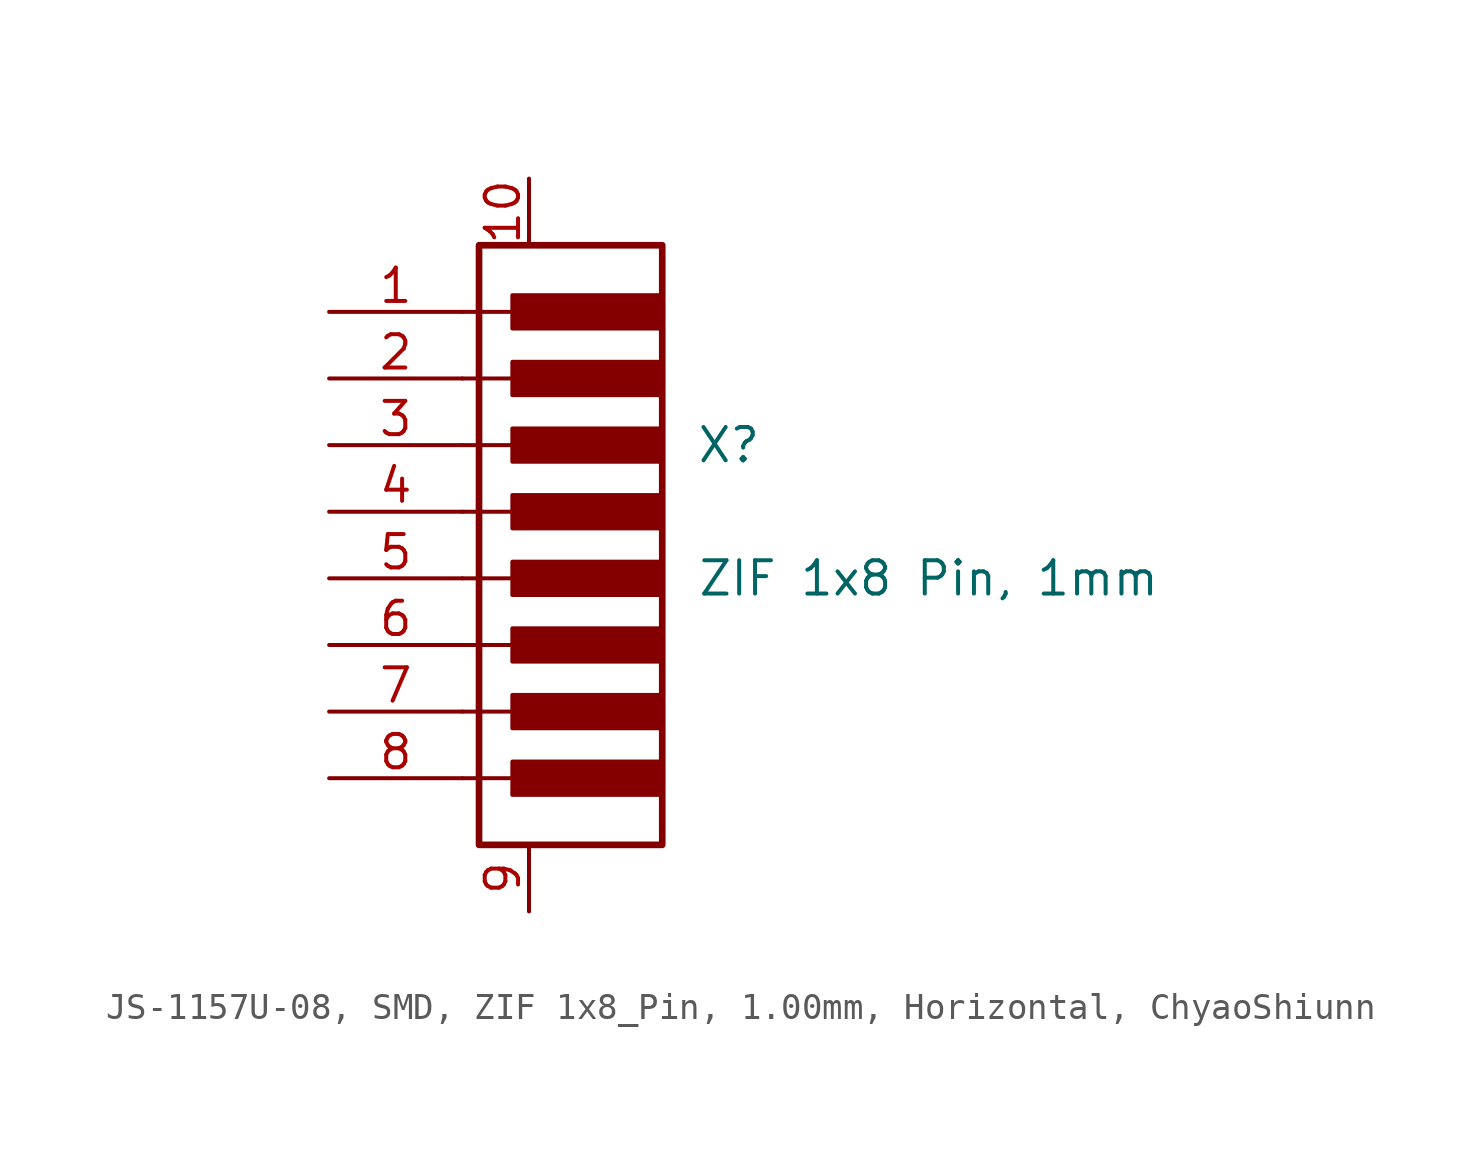
<source format=kicad_sym>
(kicad_symbol_lib
  (version 20241209)
  (generator "kicad_symbol_editor")
  (generator_version "9.0")
  (symbol "JS-1157U-08, SMD, ZIF 1x8_Pin, 1.00mm, Horizontal, ChyaoShiunn"
    (pin_names
      (offset 1.016)
      (hide yes))
    (property "Reference" "X"
      (at 7.62 2.54 0)
      (effects (font (size 1.27 1.27))))
    (property "Value" "ZIF 1x8 Pin, 1mm"
      (at 15.24 -2.54 0)
      (effects (font (size 1.27 1.27))))
    (symbol "JS-1157U-08, SMD, ZIF 1x8_Pin, 1.00mm, Horizontal, ChyaoShiunn_1_0"
      (polyline (pts (xy -2.54 7.62) (xy 0 7.62)) (stroke (width 0) (type default)) (fill (type none)))
      (polyline (pts (xy -2.54 5.08) (xy 0 5.08)) (stroke (width 0) (type default)) (fill (type none)))
      (polyline (pts (xy -2.54 2.54) (xy 0 2.54)) (stroke (width 0) (type default)) (fill (type none)))
      (polyline (pts (xy -2.54 0) (xy 0 0)) (stroke (width 0) (type default)) (fill (type none)))
      (polyline (pts (xy -2.54 -2.54) (xy 0 -2.54)) (stroke (width 0) (type default)) (fill (type none)))
      (polyline (pts (xy -2.54 -5.08) (xy 0 -5.08)) (stroke (width 0) (type default)) (fill (type none)))
      (polyline (pts (xy -2.54 -7.62) (xy 0 -7.62)) (stroke (width 0) (type default)) (fill (type none)))
      (polyline (pts (xy -2.54 -10.16) (xy 0 -10.16)) (stroke (width 0) (type default)) (fill (type none))))
    (symbol "JS-1157U-08, SMD, ZIF 1x8_Pin, 1.00mm, Horizontal, ChyaoShiunn_1_1"
      (rectangle (start -1.905 10.16) (end 5.08 -12.7) (stroke (width 0.254) (type default)) (fill (type none)))
      (rectangle (start -0.635 8.255) (end 5.08 6.985) (stroke (width 0) (type default)) (fill (type outline)))
      (rectangle (start -0.635 5.715) (end 5.08 4.445) (stroke (width 0) (type default)) (fill (type outline)))
      (rectangle (start -0.635 3.175) (end 5.08 1.905) (stroke (width 0) (type default)) (fill (type outline)))
      (rectangle (start -0.635 0.635) (end 5.08 -0.635) (stroke (width 0) (type default)) (fill (type outline)))
      (rectangle (start -0.635 -1.905) (end 5.08 -3.175) (stroke (width 0) (type default)) (fill (type outline)))
      (rectangle (start -0.635 -4.445) (end 5.08 -5.715) (stroke (width 0) (type default)) (fill (type outline)))
      (rectangle (start -0.635 -6.985) (end 5.08 -8.255) (stroke (width 0) (type default)) (fill (type outline)))
      (rectangle (start -0.635 -9.525) (end 5.08 -10.795) (stroke (width 0) (type default)) (fill (type outline)))
      (pin passive line (at -7.62 7.62 0) (length 5.08) (name "1" (effects (font (size 1.27 1.27)))) (number "1" (effects (font (size 1.27 1.27)))))
      (pin passive line (at -7.62 5.08 0) (length 5.08) (name "2" (effects (font (size 1.27 1.27)))) (number "2" (effects (font (size 1.27 1.27)))))
      (pin passive line (at -7.62 2.54 0) (length 5.08) (name "3" (effects (font (size 1.27 1.27)))) (number "3" (effects (font (size 1.27 1.27)))))
      (pin passive line (at -7.62 0 0) (length 5.08) (name "4" (effects (font (size 1.27 1.27)))) (number "4" (effects (font (size 1.27 1.27)))))
      (pin passive line (at -7.62 -2.54 0) (length 5.08) (name "5" (effects (font (size 1.27 1.27)))) (number "5" (effects (font (size 1.27 1.27)))))
      (pin passive line (at -7.62 -5.08 0) (length 5.08) (name "6" (effects (font (size 1.27 1.27)))) (number "6" (effects (font (size 1.27 1.27)))))
      (pin passive line (at -7.62 -7.62 0) (length 5.08) (name "7" (effects (font (size 1.27 1.27)))) (number "7" (effects (font (size 1.27 1.27)))))
      (pin passive line (at -7.62 -10.16 0) (length 5.08) (name "8" (effects (font (size 1.27 1.27)))) (number "8" (effects (font (size 1.27 1.27)))))
      (pin free line (at 0 12.7 270) (length 2.54) (name "SH" (effects (font (size 1.27 1.27)))) (number "10" (effects (font (size 1.27 1.27)))))
      (pin free line (at 0 -15.24 90) (length 2.54) (name "SH" (effects (font (size 1.27 1.27)))) (number "9" (effects (font (size 1.27 1.27))))))))
</source>
